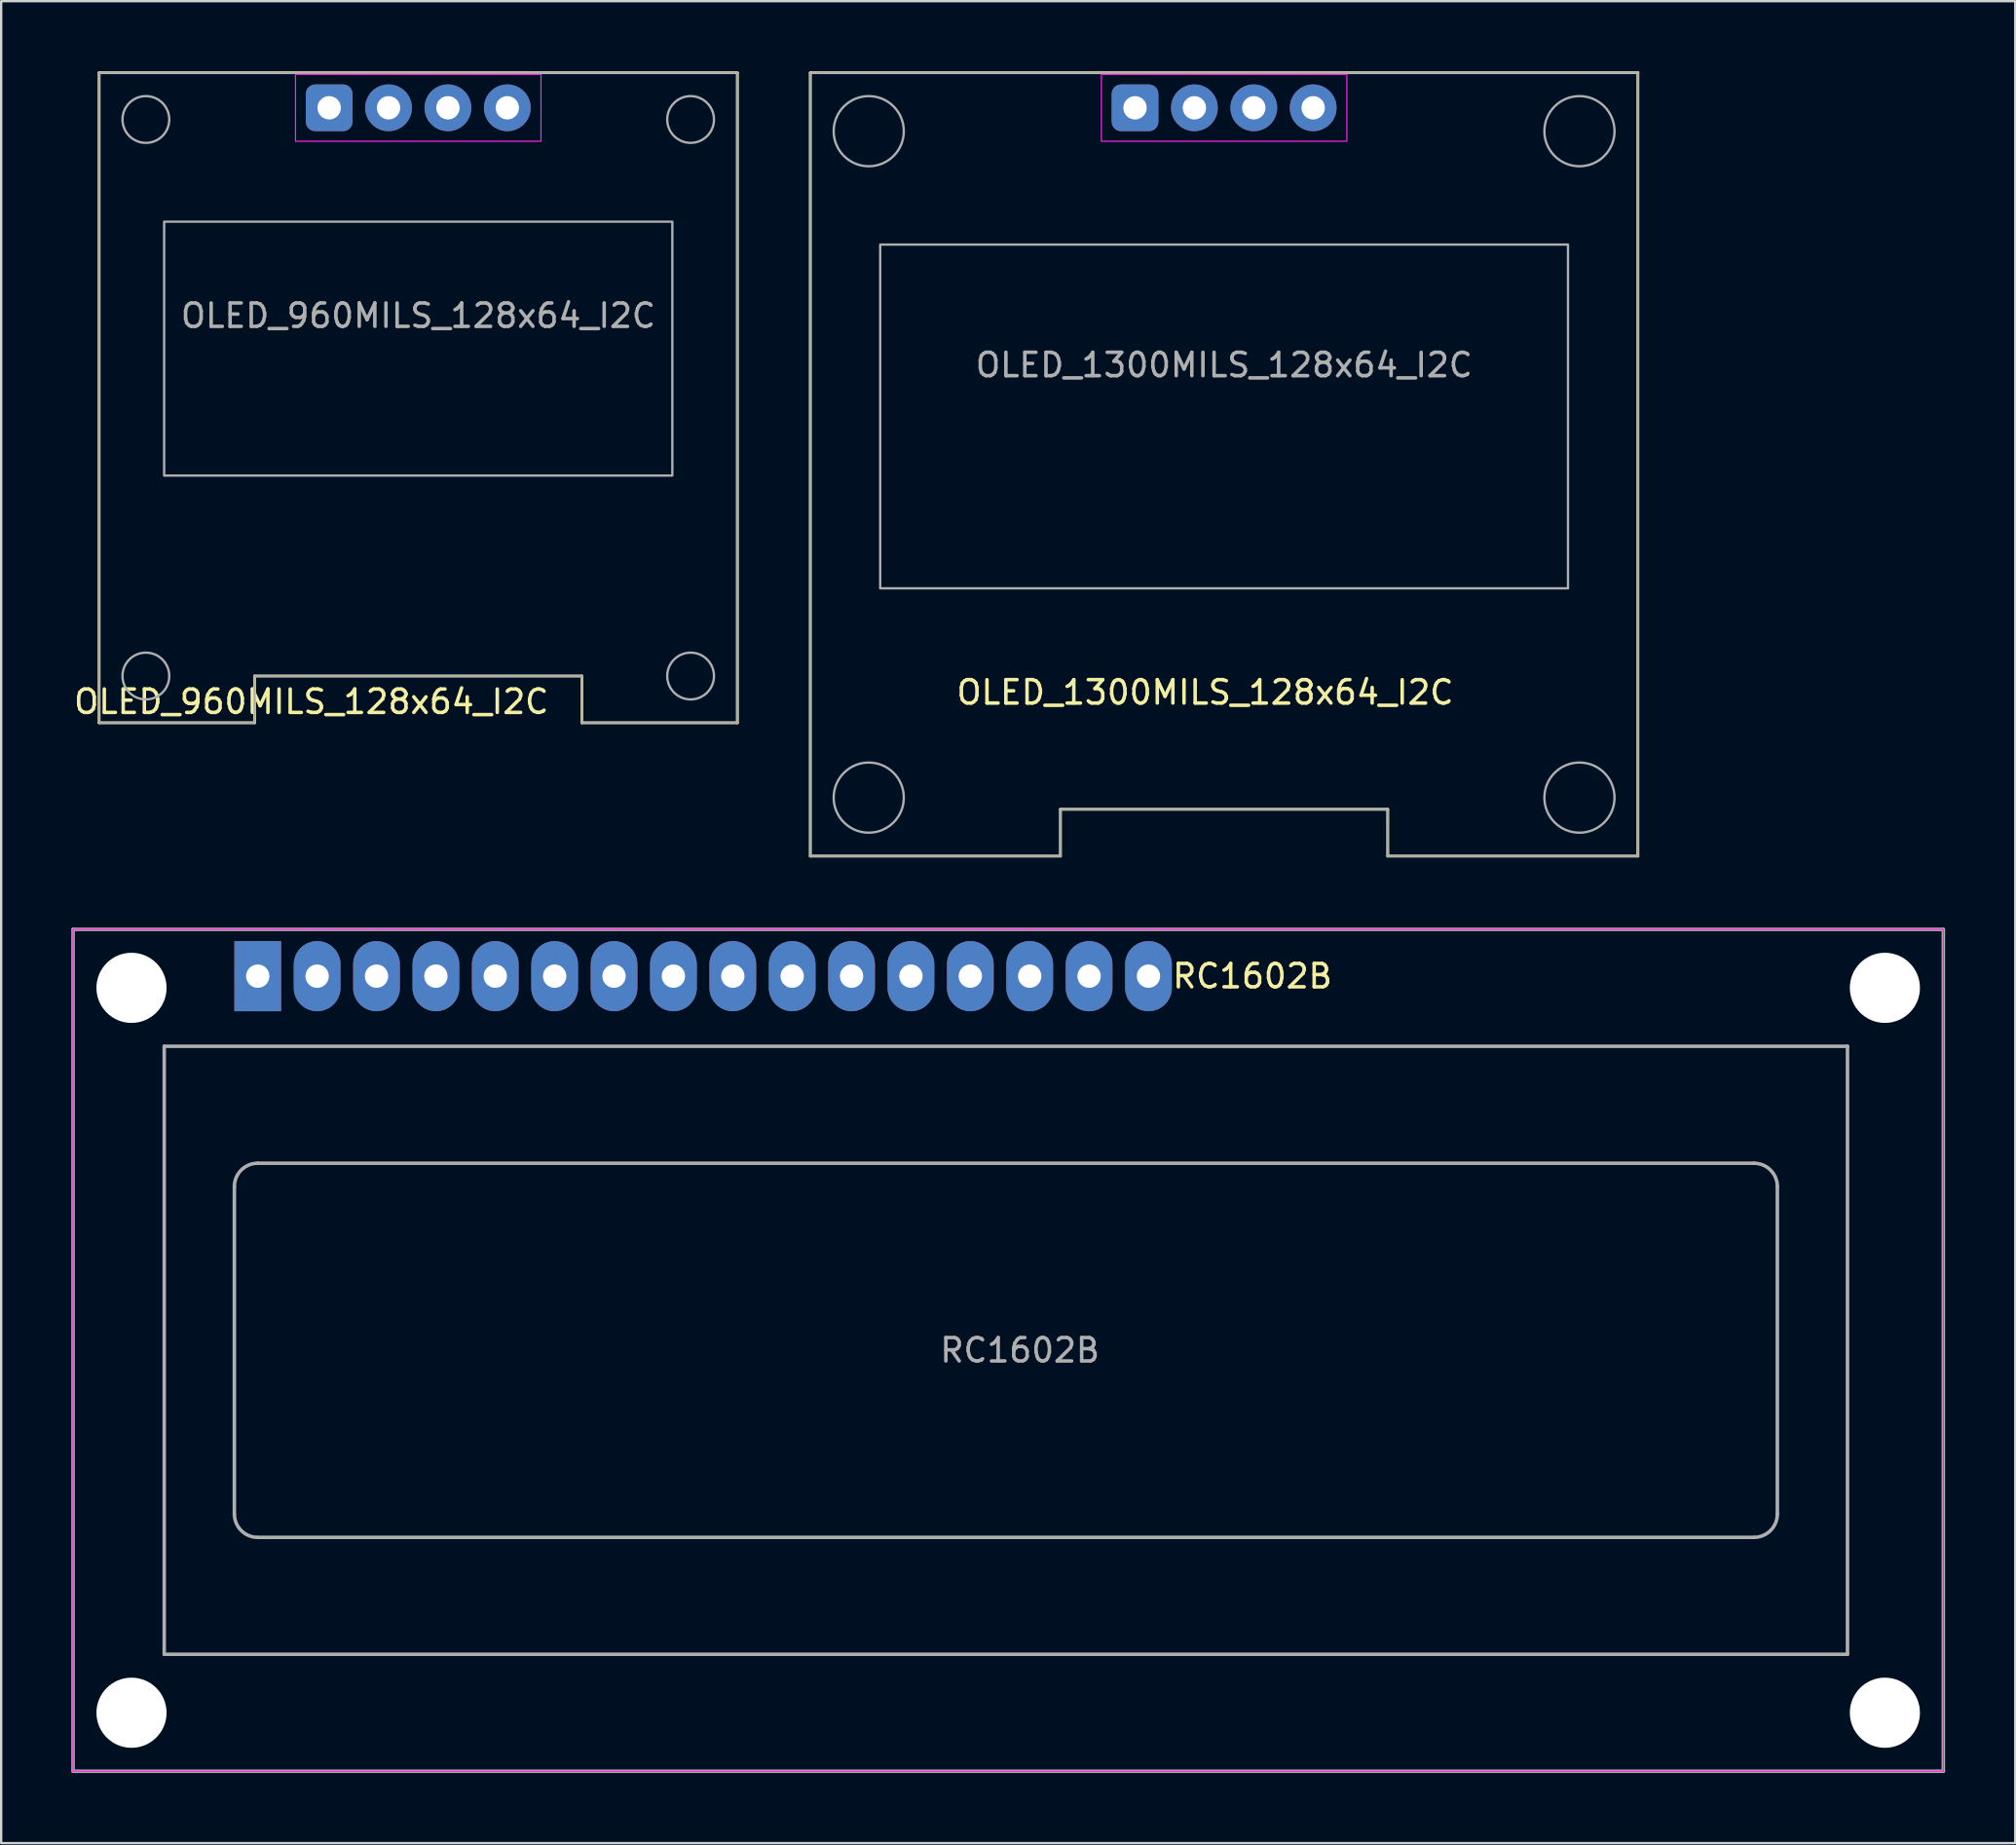
<source format=kicad_pcb>
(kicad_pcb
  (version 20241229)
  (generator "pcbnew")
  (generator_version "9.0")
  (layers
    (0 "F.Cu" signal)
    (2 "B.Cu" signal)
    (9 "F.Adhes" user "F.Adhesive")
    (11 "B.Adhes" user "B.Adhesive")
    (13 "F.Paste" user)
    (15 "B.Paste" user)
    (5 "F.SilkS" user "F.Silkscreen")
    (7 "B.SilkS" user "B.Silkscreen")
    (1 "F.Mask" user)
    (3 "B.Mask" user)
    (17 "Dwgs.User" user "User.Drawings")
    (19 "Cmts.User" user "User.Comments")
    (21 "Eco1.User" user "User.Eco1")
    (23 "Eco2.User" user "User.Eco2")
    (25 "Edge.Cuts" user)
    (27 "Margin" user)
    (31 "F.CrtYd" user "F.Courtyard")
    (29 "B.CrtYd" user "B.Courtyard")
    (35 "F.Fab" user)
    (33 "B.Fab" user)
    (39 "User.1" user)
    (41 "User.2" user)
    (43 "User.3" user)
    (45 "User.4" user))
  (footprint "OLED_960MILS_128x64_I2C"
    (layer "F.Cu")
    (at 11.03 1.56)
    (property "Reference" "OLED_960MILS_128x64_I2C" (at -0.762 25.4 0) (unlocked yes) (layer "F.SilkS") (effects (font (size 1 1) (thickness 0.15))))
    (attr through_hole exclude_from_pos_files)
    (fp_line (start -9.84 -1.5) (end 17.46 -1.5) (stroke (width 0.12) (type solid)) (layer "F.SilkS"))
    (fp_line (start -9.84 26.3) (end -9.84 -1.5) (stroke (width 0.12) (type solid)) (layer "F.SilkS"))
    (fp_line (start -9.84 26.3) (end -3.19 26.3) (stroke (width 0.12) (type solid)) (layer "F.SilkS"))
    (fp_line (start -3.19 24.3) (end -3.19 26.3) (stroke (width 0.12) (type solid)) (layer "F.SilkS"))
    (fp_line (start 10.81 24.3) (end -3.19 24.3) (stroke (width 0.12) (type solid)) (layer "F.SilkS"))
    (fp_line (start 10.81 24.3) (end 10.81 26.3) (stroke (width 0.12) (type solid)) (layer "F.SilkS"))
    (fp_line (start 17.46 26.3) (end 10.81 26.3) (stroke (width 0.12) (type solid)) (layer "F.SilkS"))
    (fp_line (start 17.46 26.3) (end 17.46 -1.5) (stroke (width 0.12) (type solid)) (layer "F.SilkS"))
    (fp_rect (start -1.44 -1.43) (end 9.06 1.43) (stroke (width 0.05) (type solid)) (fill no) (layer "F.CrtYd"))
    (fp_line (start -9.84 -1.5) (end 17.46 -1.5) (stroke (width 0.1) (type solid)) (layer "F.Fab"))
    (fp_line (start -9.84 26.3) (end -9.84 -1.5) (stroke (width 0.1) (type solid)) (layer "F.Fab"))
    (fp_line (start -9.84 26.3) (end -3.19 26.3) (stroke (width 0.1) (type solid)) (layer "F.Fab"))
    (fp_line (start -3.19 24.3) (end -3.19 26.3) (stroke (width 0.1) (type solid)) (layer "F.Fab"))
    (fp_line (start 10.81 24.3) (end -3.19 24.3) (stroke (width 0.1) (type solid)) (layer "F.Fab"))
    (fp_line (start 10.81 24.3) (end 10.81 26.3) (stroke (width 0.1) (type solid)) (layer "F.Fab"))
    (fp_line (start 17.46 26.3) (end 10.81 26.3) (stroke (width 0.1) (type solid)) (layer "F.Fab"))
    (fp_line (start 17.46 26.3) (end 17.46 -1.5) (stroke (width 0.1) (type solid)) (layer "F.Fab"))
    (fp_rect (start -7.059 4.87) (end 14.679 15.728) (stroke (width 0.1) (type solid)) (fill no) (layer "F.Fab"))
    (fp_circle (center -7.84 0.5) (end -6.84 0.5) (stroke (width 0.1) (type solid)) (fill no) (layer "F.Fab"))
    (fp_circle (center -7.84 24.3) (end -6.84 24.3) (stroke (width 0.1) (type solid)) (fill no) (layer "F.Fab"))
    (fp_circle (center 15.46 0.5) (end 16.46 0.5) (stroke (width 0.1) (type solid)) (fill no) (layer "F.Fab"))
    (fp_circle (center 15.46 24.3) (end 16.46 24.3) (stroke (width 0.1) (type solid)) (fill no) (layer "F.Fab"))
    (fp_text user "${REFERENCE}" (at 3.81 8.89 0) (unlocked yes) (layer "F.Fab") (effects (font (size 1 1) (thickness 0.15))))
    (pad "1" thru_hole roundrect (at 0 0) (size 2 2) (drill 1) (layers "*.Cu" "*.Mask") (roundrect_rratio 0.2))
    (pad "2" thru_hole circle (at 2.54 0) (size 2 2) (drill 1) (layers "*.Cu" "*.Mask"))
    (pad "3" thru_hole circle (at 5.08 0) (size 2 2) (drill 1) (layers "*.Cu" "*.Mask"))
    (pad "4" thru_hole circle (at 7.62 0) (size 2 2) (drill 1) (layers "*.Cu" "*.Mask")))
  (footprint "OLED_1300MILS_128x64_I2C"
    (layer "F.Cu")
    (at 45.5 1.56)
    (property "Reference" "OLED_1300MILS_128x64_I2C" (at 3 25 0) (unlocked yes) (layer "F.SilkS") (effects (font (size 1 1) (thickness 0.15))))
    (attr through_hole exclude_from_pos_files)
    (fp_line (start -13.89 -1.5) (end 21.51 -1.5) (stroke (width 0.12) (type solid)) (layer "F.SilkS"))
    (fp_line (start -13.89 32) (end -13.89 -1.5) (stroke (width 0.12) (type solid)) (layer "F.SilkS"))
    (fp_line (start -13.89 32) (end -3.19 32) (stroke (width 0.12) (type solid)) (layer "F.SilkS"))
    (fp_line (start -3.19 32) (end -3.19 30) (stroke (width 0.12) (type solid)) (layer "F.SilkS"))
    (fp_line (start 10.81 30) (end -3.19 30) (stroke (width 0.12) (type solid)) (layer "F.SilkS"))
    (fp_line (start 10.81 30) (end 10.81 32) (stroke (width 0.12) (type solid)) (layer "F.SilkS"))
    (fp_line (start 21.51 32) (end 10.81 32) (stroke (width 0.12) (type solid)) (layer "F.SilkS"))
    (fp_line (start 21.51 32) (end 21.51 -1.5) (stroke (width 0.12) (type solid)) (layer "F.SilkS"))
    (fp_rect (start -1.44 -1.43) (end 9.06 1.43) (stroke (width 0.05) (type solid)) (fill no) (layer "F.CrtYd"))
    (fp_line (start -13.89 -1.5) (end 21.51 -1.5) (stroke (width 0.1) (type solid)) (layer "F.Fab"))
    (fp_line (start -13.89 32) (end -13.89 -1.5) (stroke (width 0.1) (type solid)) (layer "F.Fab"))
    (fp_line (start -13.89 32) (end -3.19 32) (stroke (width 0.1) (type solid)) (layer "F.Fab"))
    (fp_line (start -3.19 30) (end -3.19 32) (stroke (width 0.1) (type solid)) (layer "F.Fab"))
    (fp_line (start 10.81 30) (end -3.19 30) (stroke (width 0.1) (type solid)) (layer "F.Fab"))
    (fp_line (start 10.81 30) (end 10.81 32) (stroke (width 0.1) (type solid)) (layer "F.Fab"))
    (fp_line (start 21.51 32) (end 10.81 32) (stroke (width 0.1) (type solid)) (layer "F.Fab"))
    (fp_line (start 21.51 32) (end 21.51 -1.5) (stroke (width 0.1) (type solid)) (layer "F.Fab"))
    (fp_rect (start -10.9 5.85) (end 18.52 20.55) (stroke (width 0.1) (type solid)) (fill no) (layer "F.Fab"))
    (fp_circle (center -11.39 1) (end -9.89 1) (stroke (width 0.1) (type solid)) (fill no) (layer "F.Fab"))
    (fp_circle (center -11.39 29.5) (end -9.89 29.5) (stroke (width 0.1) (type solid)) (fill no) (layer "F.Fab"))
    (fp_circle (center 19.01 1) (end 20.51 1) (stroke (width 0.1) (type solid)) (fill no) (layer "F.Fab"))
    (fp_circle (center 19.01 29.5) (end 20.51 29.5) (stroke (width 0.1) (type solid)) (fill no) (layer "F.Fab"))
    (fp_text user "${REFERENCE}" (at 3.81 11 0) (unlocked yes) (layer "F.Fab") (effects (font (size 1 1) (thickness 0.15))))
    (pad "1" thru_hole roundrect (at 0 0) (size 2 2) (drill 1) (layers "*.Cu" "*.Mask") (roundrect_rratio 0.2))
    (pad "2" thru_hole circle (at 2.54 0) (size 2 2) (drill 1) (layers "*.Cu" "*.Mask"))
    (pad "3" thru_hole circle (at 5.08 0) (size 2 2) (drill 1) (layers "*.Cu" "*.Mask"))
    (pad "4" thru_hole circle (at 7.62 0) (size 2 2) (drill 1) (layers "*.Cu" "*.Mask")))
  (footprint "RC1602B"
    (layer "F.Cu")
    (at 7.975 38.695)
    (property "Reference" "RC1602B" (at 42.545 0 0) (layer "F.SilkS") (effects (font (size 1 1) (thickness 0.15))))
    (attr through_hole)
    (fp_line (start -7.9 -2) (end -7.9 34) (stroke (width 0.05) (type solid)) (layer "F.CrtYd"))
    (fp_line (start -7.9 -2) (end 72.1 -2) (stroke (width 0.05) (type solid)) (layer "F.CrtYd"))
    (fp_line (start 72.1 -2) (end 72.1 34) (stroke (width 0.05) (type solid)) (layer "F.CrtYd"))
    (fp_line (start 72.1 34) (end -7.9 34) (stroke (width 0.05) (type solid)) (layer "F.CrtYd"))
    (fp_line (start -7.9 -2) (end 72.1 -2) (stroke (width 0.15) (type solid)) (layer "F.Fab"))
    (fp_line (start -7.9 34) (end -7.9 -2) (stroke (width 0.15) (type solid)) (layer "F.Fab"))
    (fp_line (start -4 3) (end -4 29) (stroke (width 0.15) (type solid)) (layer "F.Fab"))
    (fp_line (start -4 29) (end 68 29) (stroke (width 0.15) (type solid)) (layer "F.Fab"))
    (fp_line (start -1 9) (end -1 23) (stroke (width 0.15) (type solid)) (layer "F.Fab"))
    (fp_line (start 0 24) (end 64 24) (stroke (width 0.15) (type solid)) (layer "F.Fab"))
    (fp_line (start 64 8) (end 0 8) (stroke (width 0.15) (type solid)) (layer "F.Fab"))
    (fp_line (start 65 23) (end 65 9) (stroke (width 0.15) (type solid)) (layer "F.Fab"))
    (fp_line (start 68 3) (end -4 3) (stroke (width 0.15) (type solid)) (layer "F.Fab"))
    (fp_line (start 68 29) (end 68 3) (stroke (width 0.15) (type solid)) (layer "F.Fab"))
    (fp_line (start 72.1 -2) (end 72.1 34) (stroke (width 0.15) (type solid)) (layer "F.Fab"))
    (fp_line (start 72.1 34) (end -7.9 34) (stroke (width 0.15) (type solid)) (layer "F.Fab"))
    (fp_arc (start -1 9) (mid -0.707107 8.292893) (end 0 8) (stroke (width 0.15) (type solid)) (layer "F.Fab"))
    (fp_arc (start 0 24) (mid -0.707107 23.707107) (end -1 23) (stroke (width 0.15) (type solid)) (layer "F.Fab"))
    (fp_arc (start 64 8) (mid 64.707107 8.292893) (end 65 9) (stroke (width 0.15) (type solid)) (layer "F.Fab"))
    (fp_arc (start 65 23) (mid 64.707107 23.707107) (end 64 24) (stroke (width 0.15) (type solid)) (layer "F.Fab"))
    (fp_text user "${REFERENCE}" (at 32.6 16 0) (layer "F.Fab") (effects (font (size 1 1) (thickness 0.15))))
    (pad "" np_thru_hole circle (at -5.4 0.5) (size 3 3) (drill 3) (layers "*.Cu" "*.Mask"))
    (pad "" np_thru_hole circle (at -5.4 31.5) (size 3 3) (drill 3) (layers "*.Cu" "*.Mask"))
    (pad "" np_thru_hole circle (at 69.6 0.5) (size 3 3) (drill 3) (layers "*.Cu" "*.Mask"))
    (pad "" np_thru_hole circle (at 69.6 31.5) (size 3 3) (drill 3) (layers "*.Cu" "*.Mask"))
    (pad "1" thru_hole rect (at 0 0) (size 2 3) (drill 1) (layers "*.Cu" "*.Mask"))
    (pad "2" thru_hole oval (at 2.54 0) (size 2 3) (drill 1) (layers "*.Cu" "*.Mask"))
    (pad "3" thru_hole oval (at 5.08 0) (size 2 3) (drill 1) (layers "*.Cu" "*.Mask"))
    (pad "4" thru_hole oval (at 7.62 0) (size 2 3) (drill 1) (layers "*.Cu" "*.Mask"))
    (pad "5" thru_hole oval (at 10.16 0) (size 2 3) (drill 1) (layers "*.Cu" "*.Mask"))
    (pad "6" thru_hole oval (at 12.7 0) (size 2 3) (drill 1) (layers "*.Cu" "*.Mask"))
    (pad "7" thru_hole oval (at 15.24 0) (size 2 3) (drill 1) (layers "*.Cu" "*.Mask"))
    (pad "8" thru_hole oval (at 17.78 0) (size 2 3) (drill 1) (layers "*.Cu" "*.Mask"))
    (pad "9" thru_hole oval (at 20.32 0) (size 2 3) (drill 1) (layers "*.Cu" "*.Mask"))
    (pad "10" thru_hole oval (at 22.86 0) (size 2 3) (drill 1) (layers "*.Cu" "*.Mask"))
    (pad "11" thru_hole oval (at 25.4 0) (size 2 3) (drill 1) (layers "*.Cu" "*.Mask"))
    (pad "12" thru_hole oval (at 27.94 0) (size 2 3) (drill 1) (layers "*.Cu" "*.Mask"))
    (pad "13" thru_hole oval (at 30.48 0) (size 2 3) (drill 1) (layers "*.Cu" "*.Mask"))
    (pad "14" thru_hole oval (at 33.02 0) (size 2 3) (drill 1) (layers "*.Cu" "*.Mask"))
    (pad "15" thru_hole oval (at 35.56 0) (size 2 3) (drill 1) (layers "*.Cu" "*.Mask"))
    (pad "16" thru_hole oval (at 38.1 0) (size 2 3) (drill 1) (layers "*.Cu" "*.Mask")))
  (gr_rect
    (start -3 -3)
    (end 83.15 75.77)
    (stroke (width 0.1) (type default))
    (fill no)
    (layer "Edge.Cuts")))
</source>
